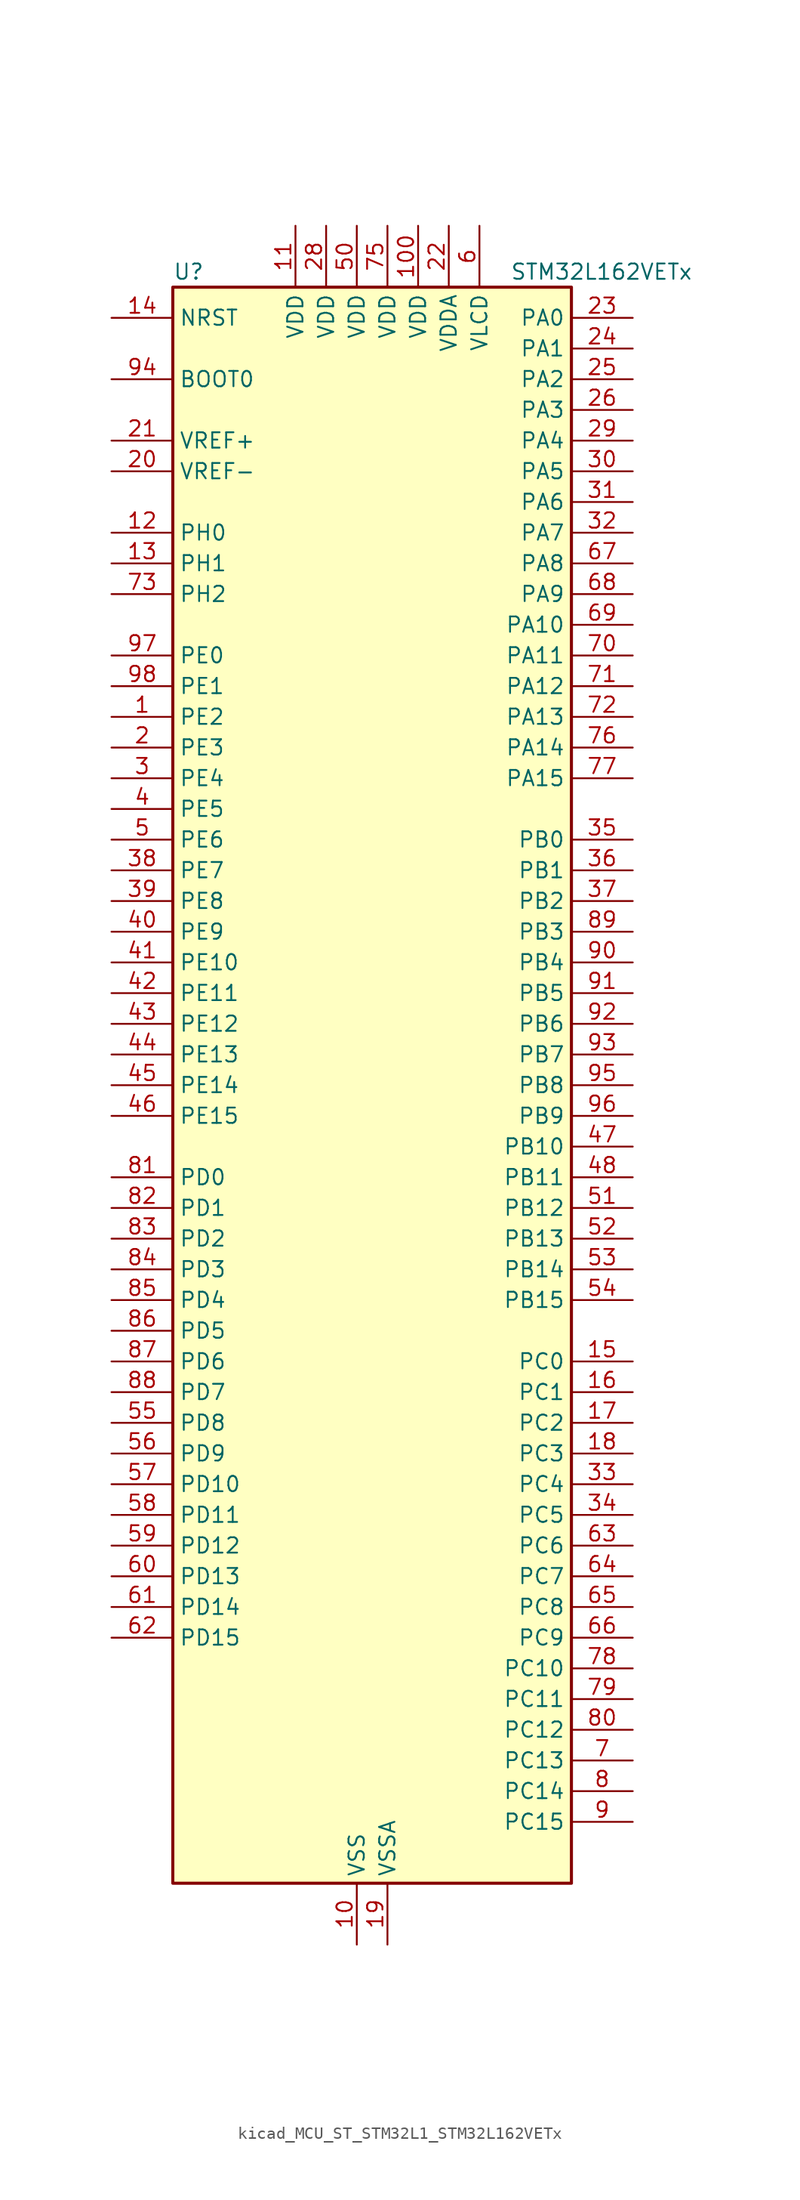
<source format=kicad_sym>
(kicad_symbol_lib
  (version 20220914)
  (generator kicad_symbol_editor)
  (symbol "kicad_MCU_ST_STM32L1_STM32L162VETx"
    (property "Reference" "U"
      (at -15.24 67.31 0)
      (effects (font (size 1.27 1.27)) (justify left)))
    (property "Value" "STM32L162VETx"
      (at 12.7 67.31 0)
      (effects (font (size 1.27 1.27)) (justify left)))
    (property "ki_locked" ""
      (at 0 0 0)
      (effects (font (size 1.27 1.27))))
    (symbol "kicad_MCU_ST_STM32L1_STM32L162VETx_0_1"
      (rectangle (start -15.24 -66.04) (end 17.78 66.04) (stroke (width 0.254) (type default)) (fill (type background))))
    (symbol "kicad_MCU_ST_STM32L1_STM32L162VETx_1_1"
      (pin bidirectional line (at -20.32 30.48 0) (length 5.08) (name "PE2" (effects (font (size 1.27 1.27)))) (number "1" (effects (font (size 1.27 1.27)))) (alternate "LCD_SEG38" bidirectional line) (alternate "SYS_TRACECK" bidirectional line) (alternate "TIM3_ETR" bidirectional line) (alternate "TIMX_IC3" bidirectional line))
      (pin power_in line (at 0 -71.12 90) (length 5.08) (name "VSS" (effects (font (size 1.27 1.27)))) (number "10" (effects (font (size 1.27 1.27)))))
      (pin power_in line (at 5.08 71.12 270) (length 5.08) (name "VDD" (effects (font (size 1.27 1.27)))) (number "100" (effects (font (size 1.27 1.27)))))
      (pin power_in line (at -5.08 71.12 270) (length 5.08) (name "VDD" (effects (font (size 1.27 1.27)))) (number "11" (effects (font (size 1.27 1.27)))))
      (pin bidirectional line (at -20.32 45.72 0) (length 5.08) (name "PH0" (effects (font (size 1.27 1.27)))) (number "12" (effects (font (size 1.27 1.27)))) (alternate "RCC_OSC_IN" bidirectional line))
      (pin bidirectional line (at -20.32 43.18 0) (length 5.08) (name "PH1" (effects (font (size 1.27 1.27)))) (number "13" (effects (font (size 1.27 1.27)))) (alternate "RCC_OSC_OUT" bidirectional line))
      (pin input line (at -20.32 63.5 0) (length 5.08) (name "NRST" (effects (font (size 1.27 1.27)))) (number "14" (effects (font (size 1.27 1.27)))))
      (pin bidirectional line (at 22.86 -22.86 180) (length 5.08) (name "PC0" (effects (font (size 1.27 1.27)))) (number "15" (effects (font (size 1.27 1.27)))) (alternate "ADC_IN10" bidirectional line) (alternate "COMP1_INP" bidirectional line) (alternate "LCD_SEG18" bidirectional line) (alternate "TIMX_IC1" bidirectional line) (alternate "TS_G8_IO1" bidirectional line))
      (pin bidirectional line (at 22.86 -25.4 180) (length 5.08) (name "PC1" (effects (font (size 1.27 1.27)))) (number "16" (effects (font (size 1.27 1.27)))) (alternate "ADC_IN11" bidirectional line) (alternate "COMP1_INP" bidirectional line) (alternate "LCD_SEG19" bidirectional line) (alternate "TIMX_IC2" bidirectional line) (alternate "TS_G8_IO2" bidirectional line))
      (pin bidirectional line (at 22.86 -27.94 180) (length 5.08) (name "PC2" (effects (font (size 1.27 1.27)))) (number "17" (effects (font (size 1.27 1.27)))) (alternate "ADC_IN12" bidirectional line) (alternate "COMP1_INP" bidirectional line) (alternate "LCD_SEG20" bidirectional line) (alternate "TIMX_IC3" bidirectional line) (alternate "TS_G8_IO3" bidirectional line))
      (pin bidirectional line (at 22.86 -30.48 180) (length 5.08) (name "PC3" (effects (font (size 1.27 1.27)))) (number "18" (effects (font (size 1.27 1.27)))) (alternate "ADC_IN13" bidirectional line) (alternate "COMP1_INP" bidirectional line) (alternate "LCD_SEG21" bidirectional line) (alternate "TIMX_IC4" bidirectional line) (alternate "TS_G8_IO4" bidirectional line))
      (pin power_in line (at 2.54 -71.12 90) (length 5.08) (name "VSSA" (effects (font (size 1.27 1.27)))) (number "19" (effects (font (size 1.27 1.27)))))
      (pin bidirectional line (at -20.32 27.94 0) (length 5.08) (name "PE3" (effects (font (size 1.27 1.27)))) (number "2" (effects (font (size 1.27 1.27)))) (alternate "LCD_SEG39" bidirectional line) (alternate "SYS_TRACED0" bidirectional line) (alternate "TIM3_CH1" bidirectional line) (alternate "TIMX_IC4" bidirectional line))
      (pin input line (at -20.32 50.8 0) (length 5.08) (name "VREF-" (effects (font (size 1.27 1.27)))) (number "20" (effects (font (size 1.27 1.27)))))
      (pin input line (at -20.32 53.34 0) (length 5.08) (name "VREF+" (effects (font (size 1.27 1.27)))) (number "21" (effects (font (size 1.27 1.27)))))
      (pin power_in line (at 7.62 71.12 270) (length 5.08) (name "VDDA" (effects (font (size 1.27 1.27)))) (number "22" (effects (font (size 1.27 1.27)))))
      (pin bidirectional line (at 22.86 63.5 180) (length 5.08) (name "PA0" (effects (font (size 1.27 1.27)))) (number "23" (effects (font (size 1.27 1.27)))) (alternate "ADC_IN0" bidirectional line) (alternate "COMP1_INP" bidirectional line) (alternate "RTC_TAMP2" bidirectional line) (alternate "SYS_WKUP1" bidirectional line) (alternate "TIM2_CH1" bidirectional line) (alternate "TIM2_ETR" bidirectional line) (alternate "TIM5_CH1" bidirectional line) (alternate "TIMX_IC1" bidirectional line) (alternate "TS_G1_IO1" bidirectional line) (alternate "USART2_CTS" bidirectional line))
      (pin bidirectional line (at 22.86 60.96 180) (length 5.08) (name "PA1" (effects (font (size 1.27 1.27)))) (number "24" (effects (font (size 1.27 1.27)))) (alternate "ADC_IN1" bidirectional line) (alternate "COMP1_INP" bidirectional line) (alternate "LCD_SEG0" bidirectional line) (alternate "OPAMP1_VINP" bidirectional line) (alternate "TIM2_CH2" bidirectional line) (alternate "TIM5_CH2" bidirectional line) (alternate "TIMX_IC2" bidirectional line) (alternate "TS_G1_IO2" bidirectional line) (alternate "USART2_RTS" bidirectional line))
      (pin bidirectional line (at 22.86 58.42 180) (length 5.08) (name "PA2" (effects (font (size 1.27 1.27)))) (number "25" (effects (font (size 1.27 1.27)))) (alternate "ADC_IN2" bidirectional line) (alternate "COMP1_INP" bidirectional line) (alternate "LCD_SEG1" bidirectional line) (alternate "OPAMP1_VINM" bidirectional line) (alternate "TIM2_CH3" bidirectional line) (alternate "TIM5_CH3" bidirectional line) (alternate "TIM9_CH1" bidirectional line) (alternate "TIMX_IC3" bidirectional line) (alternate "TS_G1_IO3" bidirectional line) (alternate "USART2_TX" bidirectional line))
      (pin bidirectional line (at 22.86 55.88 180) (length 5.08) (name "PA3" (effects (font (size 1.27 1.27)))) (number "26" (effects (font (size 1.27 1.27)))) (alternate "ADC_IN3" bidirectional line) (alternate "COMP1_INP" bidirectional line) (alternate "LCD_SEG2" bidirectional line) (alternate "OPAMP1_VOUT" bidirectional line) (alternate "TIM2_CH4" bidirectional line) (alternate "TIM5_CH4" bidirectional line) (alternate "TIM9_CH2" bidirectional line) (alternate "TIMX_IC4" bidirectional line) (alternate "TS_G1_IO4" bidirectional line) (alternate "USART2_RX" bidirectional line))
      (pin passive line (at 0 -71.12 90) (length 5.08) hide (name "VSS" (effects (font (size 1.27 1.27)))) (number "27" (effects (font (size 1.27 1.27)))))
      (pin power_in line (at -2.54 71.12 270) (length 5.08) (name "VDD" (effects (font (size 1.27 1.27)))) (number "28" (effects (font (size 1.27 1.27)))))
      (pin bidirectional line (at 22.86 53.34 180) (length 5.08) (name "PA4" (effects (font (size 1.27 1.27)))) (number "29" (effects (font (size 1.27 1.27)))) (alternate "ADC_IN4" bidirectional line) (alternate "COMP1_INP" bidirectional line) (alternate "DAC_OUT1" bidirectional line) (alternate "I2S3_WS" bidirectional line) (alternate "SPI1_NSS" bidirectional line) (alternate "SPI3_NSS" bidirectional line) (alternate "TIMX_IC1" bidirectional line) (alternate "USART2_CK" bidirectional line))
      (pin bidirectional line (at -20.32 25.4 0) (length 5.08) (name "PE4" (effects (font (size 1.27 1.27)))) (number "3" (effects (font (size 1.27 1.27)))) (alternate "SYS_TRACED1" bidirectional line) (alternate "TIM3_CH2" bidirectional line) (alternate "TIMX_IC1" bidirectional line))
      (pin bidirectional line (at 22.86 50.8 180) (length 5.08) (name "PA5" (effects (font (size 1.27 1.27)))) (number "30" (effects (font (size 1.27 1.27)))) (alternate "ADC_IN5" bidirectional line) (alternate "COMP1_INP" bidirectional line) (alternate "DAC_OUT2" bidirectional line) (alternate "SPI1_SCK" bidirectional line) (alternate "TIM2_CH1" bidirectional line) (alternate "TIM2_ETR" bidirectional line) (alternate "TIMX_IC2" bidirectional line))
      (pin bidirectional line (at 22.86 48.26 180) (length 5.08) (name "PA6" (effects (font (size 1.27 1.27)))) (number "31" (effects (font (size 1.27 1.27)))) (alternate "ADC_IN6" bidirectional line) (alternate "COMP1_INP" bidirectional line) (alternate "LCD_SEG3" bidirectional line) (alternate "OPAMP2_VINP" bidirectional line) (alternate "SPI1_MISO" bidirectional line) (alternate "TIM10_CH1" bidirectional line) (alternate "TIM3_CH1" bidirectional line) (alternate "TIMX_IC3" bidirectional line) (alternate "TS_G2_IO1" bidirectional line))
      (pin bidirectional line (at 22.86 45.72 180) (length 5.08) (name "PA7" (effects (font (size 1.27 1.27)))) (number "32" (effects (font (size 1.27 1.27)))) (alternate "ADC_IN7" bidirectional line) (alternate "COMP1_INP" bidirectional line) (alternate "LCD_SEG4" bidirectional line) (alternate "OPAMP2_VINM" bidirectional line) (alternate "SPI1_MOSI" bidirectional line) (alternate "TIM11_CH1" bidirectional line) (alternate "TIM3_CH2" bidirectional line) (alternate "TIMX_IC4" bidirectional line) (alternate "TS_G2_IO2" bidirectional line))
      (pin bidirectional line (at 22.86 -33.02 180) (length 5.08) (name "PC4" (effects (font (size 1.27 1.27)))) (number "33" (effects (font (size 1.27 1.27)))) (alternate "ADC_IN14" bidirectional line) (alternate "COMP1_INP" bidirectional line) (alternate "LCD_SEG22" bidirectional line) (alternate "TIMX_IC1" bidirectional line) (alternate "TS_G9_IO1" bidirectional line))
      (pin bidirectional line (at 22.86 -35.56 180) (length 5.08) (name "PC5" (effects (font (size 1.27 1.27)))) (number "34" (effects (font (size 1.27 1.27)))) (alternate "ADC_IN15" bidirectional line) (alternate "COMP1_INP" bidirectional line) (alternate "LCD_SEG23" bidirectional line) (alternate "TIMX_IC2" bidirectional line) (alternate "TS_G9_IO2" bidirectional line))
      (pin bidirectional line (at 22.86 20.32 180) (length 5.08) (name "PB0" (effects (font (size 1.27 1.27)))) (number "35" (effects (font (size 1.27 1.27)))) (alternate "ADC_IN8" bidirectional line) (alternate "COMP1_INP" bidirectional line) (alternate "LCD_SEG5" bidirectional line) (alternate "OPAMP2_VOUT" bidirectional line) (alternate "SYS_V_REF_OUT" bidirectional line) (alternate "TIM3_CH3" bidirectional line) (alternate "TS_G3_IO1" bidirectional line))
      (pin bidirectional line (at 22.86 17.78 180) (length 5.08) (name "PB1" (effects (font (size 1.27 1.27)))) (number "36" (effects (font (size 1.27 1.27)))) (alternate "ADC_IN9" bidirectional line) (alternate "COMP1_INP" bidirectional line) (alternate "LCD_SEG6" bidirectional line) (alternate "SYS_V_REF_OUT" bidirectional line) (alternate "TIM3_CH4" bidirectional line) (alternate "TS_G3_IO2" bidirectional line))
      (pin bidirectional line (at 22.86 15.24 180) (length 5.08) (name "PB2" (effects (font (size 1.27 1.27)))) (number "37" (effects (font (size 1.27 1.27)))) (alternate "ADC_IN0b" bidirectional line) (alternate "TS_G3_IO3" bidirectional line))
      (pin bidirectional line (at -20.32 17.78 0) (length 5.08) (name "PE7" (effects (font (size 1.27 1.27)))) (number "38" (effects (font (size 1.27 1.27)))) (alternate "ADC_IN22" bidirectional line) (alternate "COMP1_INP" bidirectional line) (alternate "TIMX_IC4" bidirectional line))
      (pin bidirectional line (at -20.32 15.24 0) (length 5.08) (name "PE8" (effects (font (size 1.27 1.27)))) (number "39" (effects (font (size 1.27 1.27)))) (alternate "ADC_IN23" bidirectional line) (alternate "COMP1_INP" bidirectional line) (alternate "TIMX_IC1" bidirectional line))
      (pin bidirectional line (at -20.32 22.86 0) (length 5.08) (name "PE5" (effects (font (size 1.27 1.27)))) (number "4" (effects (font (size 1.27 1.27)))) (alternate "SYS_TRACED2" bidirectional line) (alternate "TIM9_CH1" bidirectional line) (alternate "TIMX_IC2" bidirectional line))
      (pin bidirectional line (at -20.32 12.7 0) (length 5.08) (name "PE9" (effects (font (size 1.27 1.27)))) (number "40" (effects (font (size 1.27 1.27)))) (alternate "ADC_IN24" bidirectional line) (alternate "COMP1_INP" bidirectional line) (alternate "DAC_EXTI9" bidirectional line) (alternate "TIM2_CH1" bidirectional line) (alternate "TIM2_ETR" bidirectional line) (alternate "TIMX_IC2" bidirectional line))
      (pin bidirectional line (at -20.32 10.16 0) (length 5.08) (name "PE10" (effects (font (size 1.27 1.27)))) (number "41" (effects (font (size 1.27 1.27)))) (alternate "ADC_IN25" bidirectional line) (alternate "COMP1_INP" bidirectional line) (alternate "TIM2_CH2" bidirectional line) (alternate "TIMX_IC3" bidirectional line))
      (pin bidirectional line (at -20.32 7.62 0) (length 5.08) (name "PE11" (effects (font (size 1.27 1.27)))) (number "42" (effects (font (size 1.27 1.27)))) (alternate "ADC_EXTI11" bidirectional line) (alternate "TIM2_CH3" bidirectional line) (alternate "TIMX_IC4" bidirectional line))
      (pin bidirectional line (at -20.32 5.08 0) (length 5.08) (name "PE12" (effects (font (size 1.27 1.27)))) (number "43" (effects (font (size 1.27 1.27)))) (alternate "SPI1_NSS" bidirectional line) (alternate "TIM2_CH4" bidirectional line) (alternate "TIMX_IC1" bidirectional line))
      (pin bidirectional line (at -20.32 2.54 0) (length 5.08) (name "PE13" (effects (font (size 1.27 1.27)))) (number "44" (effects (font (size 1.27 1.27)))) (alternate "SPI1_SCK" bidirectional line) (alternate "TIMX_IC2" bidirectional line))
      (pin bidirectional line (at -20.32 0 0) (length 5.08) (name "PE14" (effects (font (size 1.27 1.27)))) (number "45" (effects (font (size 1.27 1.27)))) (alternate "SPI1_MISO" bidirectional line) (alternate "TIMX_IC3" bidirectional line))
      (pin bidirectional line (at -20.32 -2.54 0) (length 5.08) (name "PE15" (effects (font (size 1.27 1.27)))) (number "46" (effects (font (size 1.27 1.27)))) (alternate "ADC_EXTI15" bidirectional line) (alternate "SPI1_MOSI" bidirectional line) (alternate "TIMX_IC4" bidirectional line))
      (pin bidirectional line (at 22.86 -5.08 180) (length 5.08) (name "PB10" (effects (font (size 1.27 1.27)))) (number "47" (effects (font (size 1.27 1.27)))) (alternate "I2C2_SCL" bidirectional line) (alternate "LCD_SEG10" bidirectional line) (alternate "TIM2_CH3" bidirectional line) (alternate "USART3_TX" bidirectional line))
      (pin bidirectional line (at 22.86 -7.62 180) (length 5.08) (name "PB11" (effects (font (size 1.27 1.27)))) (number "48" (effects (font (size 1.27 1.27)))) (alternate "ADC_EXTI11" bidirectional line) (alternate "I2C2_SDA" bidirectional line) (alternate "LCD_SEG11" bidirectional line) (alternate "TIM2_CH4" bidirectional line) (alternate "USART3_RX" bidirectional line))
      (pin passive line (at 0 -71.12 90) (length 5.08) hide (name "VSS" (effects (font (size 1.27 1.27)))) (number "49" (effects (font (size 1.27 1.27)))))
      (pin bidirectional line (at -20.32 20.32 0) (length 5.08) (name "PE6" (effects (font (size 1.27 1.27)))) (number "5" (effects (font (size 1.27 1.27)))) (alternate "RTC_TAMP3" bidirectional line) (alternate "SYS_TRACED3" bidirectional line) (alternate "SYS_WKUP3" bidirectional line) (alternate "TIM9_CH2" bidirectional line) (alternate "TIMX_IC3" bidirectional line))
      (pin power_in line (at 0 71.12 270) (length 5.08) (name "VDD" (effects (font (size 1.27 1.27)))) (number "50" (effects (font (size 1.27 1.27)))))
      (pin bidirectional line (at 22.86 -10.16 180) (length 5.08) (name "PB12" (effects (font (size 1.27 1.27)))) (number "51" (effects (font (size 1.27 1.27)))) (alternate "ADC_IN18" bidirectional line) (alternate "COMP1_INP" bidirectional line) (alternate "I2C2_SMBA" bidirectional line) (alternate "I2S2_WS" bidirectional line) (alternate "LCD_SEG12" bidirectional line) (alternate "SPI2_NSS" bidirectional line) (alternate "TIM10_CH1" bidirectional line) (alternate "TS_G7_IO1" bidirectional line) (alternate "USART3_CK" bidirectional line))
      (pin bidirectional line (at 22.86 -12.7 180) (length 5.08) (name "PB13" (effects (font (size 1.27 1.27)))) (number "52" (effects (font (size 1.27 1.27)))) (alternate "ADC_IN19" bidirectional line) (alternate "COMP1_INP" bidirectional line) (alternate "I2S2_CK" bidirectional line) (alternate "LCD_SEG13" bidirectional line) (alternate "SPI2_SCK" bidirectional line) (alternate "TIM9_CH1" bidirectional line) (alternate "TS_G7_IO2" bidirectional line) (alternate "USART3_CTS" bidirectional line))
      (pin bidirectional line (at 22.86 -15.24 180) (length 5.08) (name "PB14" (effects (font (size 1.27 1.27)))) (number "53" (effects (font (size 1.27 1.27)))) (alternate "ADC_IN20" bidirectional line) (alternate "COMP1_INP" bidirectional line) (alternate "LCD_SEG14" bidirectional line) (alternate "SPI2_MISO" bidirectional line) (alternate "TIM9_CH2" bidirectional line) (alternate "TS_G7_IO3" bidirectional line) (alternate "USART3_RTS" bidirectional line))
      (pin bidirectional line (at 22.86 -17.78 180) (length 5.08) (name "PB15" (effects (font (size 1.27 1.27)))) (number "54" (effects (font (size 1.27 1.27)))) (alternate "ADC_EXTI15" bidirectional line) (alternate "ADC_IN21" bidirectional line) (alternate "COMP1_INP" bidirectional line) (alternate "I2S2_SD" bidirectional line) (alternate "LCD_SEG15" bidirectional line) (alternate "RTC_REFIN" bidirectional line) (alternate "SPI2_MOSI" bidirectional line) (alternate "TIM11_CH1" bidirectional line) (alternate "TS_G7_IO4" bidirectional line))
      (pin bidirectional line (at -20.32 -27.94 0) (length 5.08) (name "PD8" (effects (font (size 1.27 1.27)))) (number "55" (effects (font (size 1.27 1.27)))) (alternate "LCD_SEG28" bidirectional line) (alternate "TIMX_IC1" bidirectional line) (alternate "USART3_TX" bidirectional line))
      (pin bidirectional line (at -20.32 -30.48 0) (length 5.08) (name "PD9" (effects (font (size 1.27 1.27)))) (number "56" (effects (font (size 1.27 1.27)))) (alternate "DAC_EXTI9" bidirectional line) (alternate "LCD_SEG29" bidirectional line) (alternate "TIMX_IC2" bidirectional line) (alternate "USART3_RX" bidirectional line))
      (pin bidirectional line (at -20.32 -33.02 0) (length 5.08) (name "PD10" (effects (font (size 1.27 1.27)))) (number "57" (effects (font (size 1.27 1.27)))) (alternate "LCD_SEG30" bidirectional line) (alternate "TIMX_IC3" bidirectional line) (alternate "USART3_CK" bidirectional line))
      (pin bidirectional line (at -20.32 -35.56 0) (length 5.08) (name "PD11" (effects (font (size 1.27 1.27)))) (number "58" (effects (font (size 1.27 1.27)))) (alternate "ADC_EXTI11" bidirectional line) (alternate "LCD_SEG31" bidirectional line) (alternate "TIMX_IC4" bidirectional line) (alternate "USART3_CTS" bidirectional line))
      (pin bidirectional line (at -20.32 -38.1 0) (length 5.08) (name "PD12" (effects (font (size 1.27 1.27)))) (number "59" (effects (font (size 1.27 1.27)))) (alternate "LCD_SEG32" bidirectional line) (alternate "TIM4_CH1" bidirectional line) (alternate "TIMX_IC1" bidirectional line) (alternate "USART3_RTS" bidirectional line))
      (pin power_in line (at 10.16 71.12 270) (length 5.08) (name "VLCD" (effects (font (size 1.27 1.27)))) (number "6" (effects (font (size 1.27 1.27)))))
      (pin bidirectional line (at -20.32 -40.64 0) (length 5.08) (name "PD13" (effects (font (size 1.27 1.27)))) (number "60" (effects (font (size 1.27 1.27)))) (alternate "LCD_SEG33" bidirectional line) (alternate "TIM4_CH2" bidirectional line) (alternate "TIMX_IC2" bidirectional line))
      (pin bidirectional line (at -20.32 -43.18 0) (length 5.08) (name "PD14" (effects (font (size 1.27 1.27)))) (number "61" (effects (font (size 1.27 1.27)))) (alternate "LCD_SEG34" bidirectional line) (alternate "TIM4_CH3" bidirectional line) (alternate "TIMX_IC3" bidirectional line))
      (pin bidirectional line (at -20.32 -45.72 0) (length 5.08) (name "PD15" (effects (font (size 1.27 1.27)))) (number "62" (effects (font (size 1.27 1.27)))) (alternate "ADC_EXTI15" bidirectional line) (alternate "LCD_SEG35" bidirectional line) (alternate "TIM4_CH4" bidirectional line) (alternate "TIMX_IC4" bidirectional line))
      (pin bidirectional line (at 22.86 -38.1 180) (length 5.08) (name "PC6" (effects (font (size 1.27 1.27)))) (number "63" (effects (font (size 1.27 1.27)))) (alternate "I2S2_MCK" bidirectional line) (alternate "LCD_SEG24" bidirectional line) (alternate "TIM3_CH1" bidirectional line) (alternate "TIMX_IC3" bidirectional line) (alternate "TS_G10_IO1" bidirectional line))
      (pin bidirectional line (at 22.86 -40.64 180) (length 5.08) (name "PC7" (effects (font (size 1.27 1.27)))) (number "64" (effects (font (size 1.27 1.27)))) (alternate "I2S3_MCK" bidirectional line) (alternate "LCD_SEG25" bidirectional line) (alternate "TIM3_CH2" bidirectional line) (alternate "TIMX_IC4" bidirectional line) (alternate "TS_G10_IO2" bidirectional line))
      (pin bidirectional line (at 22.86 -43.18 180) (length 5.08) (name "PC8" (effects (font (size 1.27 1.27)))) (number "65" (effects (font (size 1.27 1.27)))) (alternate "LCD_SEG26" bidirectional line) (alternate "TIM3_CH3" bidirectional line) (alternate "TIMX_IC1" bidirectional line) (alternate "TS_G10_IO3" bidirectional line))
      (pin bidirectional line (at 22.86 -45.72 180) (length 5.08) (name "PC9" (effects (font (size 1.27 1.27)))) (number "66" (effects (font (size 1.27 1.27)))) (alternate "DAC_EXTI9" bidirectional line) (alternate "LCD_SEG27" bidirectional line) (alternate "TIM3_CH4" bidirectional line) (alternate "TIMX_IC2" bidirectional line) (alternate "TS_G10_IO4" bidirectional line))
      (pin bidirectional line (at 22.86 43.18 180) (length 5.08) (name "PA8" (effects (font (size 1.27 1.27)))) (number "67" (effects (font (size 1.27 1.27)))) (alternate "LCD_COM0" bidirectional line) (alternate "RCC_MCO" bidirectional line) (alternate "TIMX_IC1" bidirectional line) (alternate "TS_G4_IO1" bidirectional line) (alternate "USART1_CK" bidirectional line))
      (pin bidirectional line (at 22.86 40.64 180) (length 5.08) (name "PA9" (effects (font (size 1.27 1.27)))) (number "68" (effects (font (size 1.27 1.27)))) (alternate "DAC_EXTI9" bidirectional line) (alternate "LCD_COM1" bidirectional line) (alternate "TIMX_IC2" bidirectional line) (alternate "TS_G4_IO2" bidirectional line) (alternate "USART1_TX" bidirectional line))
      (pin bidirectional line (at 22.86 38.1 180) (length 5.08) (name "PA10" (effects (font (size 1.27 1.27)))) (number "69" (effects (font (size 1.27 1.27)))) (alternate "LCD_COM2" bidirectional line) (alternate "TIMX_IC3" bidirectional line) (alternate "TS_G4_IO3" bidirectional line) (alternate "USART1_RX" bidirectional line))
      (pin bidirectional line (at 22.86 -55.88 180) (length 5.08) (name "PC13" (effects (font (size 1.27 1.27)))) (number "7" (effects (font (size 1.27 1.27)))) (alternate "RTC_OUT_ALARM" bidirectional line) (alternate "RTC_OUT_CALIB" bidirectional line) (alternate "RTC_TAMP1" bidirectional line) (alternate "RTC_TS" bidirectional line) (alternate "SYS_WKUP2" bidirectional line) (alternate "TIMX_IC2" bidirectional line))
      (pin bidirectional line (at 22.86 35.56 180) (length 5.08) (name "PA11" (effects (font (size 1.27 1.27)))) (number "70" (effects (font (size 1.27 1.27)))) (alternate "ADC_EXTI11" bidirectional line) (alternate "SPI1_MISO" bidirectional line) (alternate "TIMX_IC4" bidirectional line) (alternate "USART1_CTS" bidirectional line) (alternate "USB_DM" bidirectional line))
      (pin bidirectional line (at 22.86 33.02 180) (length 5.08) (name "PA12" (effects (font (size 1.27 1.27)))) (number "71" (effects (font (size 1.27 1.27)))) (alternate "SPI1_MOSI" bidirectional line) (alternate "TIMX_IC1" bidirectional line) (alternate "USART1_RTS" bidirectional line) (alternate "USB_DP" bidirectional line))
      (pin bidirectional line (at 22.86 30.48 180) (length 5.08) (name "PA13" (effects (font (size 1.27 1.27)))) (number "72" (effects (font (size 1.27 1.27)))) (alternate "SYS_JTMS-SWDIO" bidirectional line) (alternate "TIMX_IC2" bidirectional line) (alternate "TS_G5_IO1" bidirectional line))
      (pin bidirectional line (at -20.32 40.64 0) (length 5.08) (name "PH2" (effects (font (size 1.27 1.27)))) (number "73" (effects (font (size 1.27 1.27)))))
      (pin passive line (at 0 -71.12 90) (length 5.08) hide (name "VSS" (effects (font (size 1.27 1.27)))) (number "74" (effects (font (size 1.27 1.27)))))
      (pin power_in line (at 2.54 71.12 270) (length 5.08) (name "VDD" (effects (font (size 1.27 1.27)))) (number "75" (effects (font (size 1.27 1.27)))))
      (pin bidirectional line (at 22.86 27.94 180) (length 5.08) (name "PA14" (effects (font (size 1.27 1.27)))) (number "76" (effects (font (size 1.27 1.27)))) (alternate "SYS_JTCK-SWCLK" bidirectional line) (alternate "TIMX_IC3" bidirectional line) (alternate "TS_G5_IO2" bidirectional line))
      (pin bidirectional line (at 22.86 25.4 180) (length 5.08) (name "PA15" (effects (font (size 1.27 1.27)))) (number "77" (effects (font (size 1.27 1.27)))) (alternate "ADC_EXTI15" bidirectional line) (alternate "I2S3_WS" bidirectional line) (alternate "LCD_SEG17" bidirectional line) (alternate "SPI1_NSS" bidirectional line) (alternate "SPI3_NSS" bidirectional line) (alternate "SYS_JTDI" bidirectional line) (alternate "TIM2_CH1" bidirectional line) (alternate "TIM2_ETR" bidirectional line) (alternate "TIMX_IC4" bidirectional line) (alternate "TS_G5_IO3" bidirectional line))
      (pin bidirectional line (at 22.86 -48.26 180) (length 5.08) (name "PC10" (effects (font (size 1.27 1.27)))) (number "78" (effects (font (size 1.27 1.27)))) (alternate "I2S3_CK" bidirectional line) (alternate "LCD_COM4" bidirectional line) (alternate "LCD_SEG28" bidirectional line) (alternate "LCD_SEG40" bidirectional line) (alternate "SPI3_SCK" bidirectional line) (alternate "TIMX_IC3" bidirectional line) (alternate "UART4_TX" bidirectional line) (alternate "USART3_TX" bidirectional line))
      (pin bidirectional line (at 22.86 -50.8 180) (length 5.08) (name "PC11" (effects (font (size 1.27 1.27)))) (number "79" (effects (font (size 1.27 1.27)))) (alternate "ADC_EXTI11" bidirectional line) (alternate "LCD_COM5" bidirectional line) (alternate "LCD_SEG29" bidirectional line) (alternate "LCD_SEG41" bidirectional line) (alternate "SPI3_MISO" bidirectional line) (alternate "TIMX_IC4" bidirectional line) (alternate "UART4_RX" bidirectional line) (alternate "USART3_RX" bidirectional line))
      (pin bidirectional line (at 22.86 -58.42 180) (length 5.08) (name "PC14" (effects (font (size 1.27 1.27)))) (number "8" (effects (font (size 1.27 1.27)))) (alternate "RCC_OSC32_IN" bidirectional line) (alternate "TIMX_IC3" bidirectional line))
      (pin bidirectional line (at 22.86 -53.34 180) (length 5.08) (name "PC12" (effects (font (size 1.27 1.27)))) (number "80" (effects (font (size 1.27 1.27)))) (alternate "I2S3_SD" bidirectional line) (alternate "LCD_COM6" bidirectional line) (alternate "LCD_SEG30" bidirectional line) (alternate "LCD_SEG42" bidirectional line) (alternate "SPI3_MOSI" bidirectional line) (alternate "TIMX_IC1" bidirectional line) (alternate "UART5_TX" bidirectional line) (alternate "USART3_CK" bidirectional line))
      (pin bidirectional line (at -20.32 -7.62 0) (length 5.08) (name "PD0" (effects (font (size 1.27 1.27)))) (number "81" (effects (font (size 1.27 1.27)))) (alternate "I2S2_WS" bidirectional line) (alternate "SPI2_NSS" bidirectional line) (alternate "TIM9_CH1" bidirectional line) (alternate "TIMX_IC1" bidirectional line))
      (pin bidirectional line (at -20.32 -10.16 0) (length 5.08) (name "PD1" (effects (font (size 1.27 1.27)))) (number "82" (effects (font (size 1.27 1.27)))) (alternate "I2S2_CK" bidirectional line) (alternate "SPI2_SCK" bidirectional line) (alternate "TIMX_IC2" bidirectional line))
      (pin bidirectional line (at -20.32 -12.7 0) (length 5.08) (name "PD2" (effects (font (size 1.27 1.27)))) (number "83" (effects (font (size 1.27 1.27)))) (alternate "LCD_COM7" bidirectional line) (alternate "LCD_SEG31" bidirectional line) (alternate "LCD_SEG43" bidirectional line) (alternate "TIM3_ETR" bidirectional line) (alternate "TIMX_IC3" bidirectional line) (alternate "UART5_RX" bidirectional line))
      (pin bidirectional line (at -20.32 -15.24 0) (length 5.08) (name "PD3" (effects (font (size 1.27 1.27)))) (number "84" (effects (font (size 1.27 1.27)))) (alternate "SPI2_MISO" bidirectional line) (alternate "TIMX_IC4" bidirectional line) (alternate "USART2_CTS" bidirectional line))
      (pin bidirectional line (at -20.32 -17.78 0) (length 5.08) (name "PD4" (effects (font (size 1.27 1.27)))) (number "85" (effects (font (size 1.27 1.27)))) (alternate "I2S2_SD" bidirectional line) (alternate "SPI2_MOSI" bidirectional line) (alternate "TIMX_IC1" bidirectional line) (alternate "USART2_RTS" bidirectional line))
      (pin bidirectional line (at -20.32 -20.32 0) (length 5.08) (name "PD5" (effects (font (size 1.27 1.27)))) (number "86" (effects (font (size 1.27 1.27)))) (alternate "TIMX_IC2" bidirectional line) (alternate "USART2_TX" bidirectional line))
      (pin bidirectional line (at -20.32 -22.86 0) (length 5.08) (name "PD6" (effects (font (size 1.27 1.27)))) (number "87" (effects (font (size 1.27 1.27)))) (alternate "TIMX_IC3" bidirectional line) (alternate "USART2_RX" bidirectional line))
      (pin bidirectional line (at -20.32 -25.4 0) (length 5.08) (name "PD7" (effects (font (size 1.27 1.27)))) (number "88" (effects (font (size 1.27 1.27)))) (alternate "TIM9_CH2" bidirectional line) (alternate "TIMX_IC4" bidirectional line) (alternate "USART2_CK" bidirectional line))
      (pin bidirectional line (at 22.86 12.7 180) (length 5.08) (name "PB3" (effects (font (size 1.27 1.27)))) (number "89" (effects (font (size 1.27 1.27)))) (alternate "COMP2_INM" bidirectional line) (alternate "I2S3_CK" bidirectional line) (alternate "LCD_SEG7" bidirectional line) (alternate "SPI1_SCK" bidirectional line) (alternate "SPI3_SCK" bidirectional line) (alternate "SYS_JTDO-TRACESWO" bidirectional line) (alternate "TIM2_CH2" bidirectional line))
      (pin bidirectional line (at 22.86 -60.96 180) (length 5.08) (name "PC15" (effects (font (size 1.27 1.27)))) (number "9" (effects (font (size 1.27 1.27)))) (alternate "ADC_EXTI15" bidirectional line) (alternate "RCC_OSC32_OUT" bidirectional line) (alternate "TIMX_IC4" bidirectional line))
      (pin bidirectional line (at 22.86 10.16 180) (length 5.08) (name "PB4" (effects (font (size 1.27 1.27)))) (number "90" (effects (font (size 1.27 1.27)))) (alternate "COMP2_INP" bidirectional line) (alternate "LCD_SEG8" bidirectional line) (alternate "SPI1_MISO" bidirectional line) (alternate "SPI3_MISO" bidirectional line) (alternate "SYS_JTRST" bidirectional line) (alternate "TIM3_CH1" bidirectional line) (alternate "TS_G6_IO1" bidirectional line))
      (pin bidirectional line (at 22.86 7.62 180) (length 5.08) (name "PB5" (effects (font (size 1.27 1.27)))) (number "91" (effects (font (size 1.27 1.27)))) (alternate "COMP2_INP" bidirectional line) (alternate "I2C1_SMBA" bidirectional line) (alternate "I2S3_SD" bidirectional line) (alternate "LCD_SEG9" bidirectional line) (alternate "SPI1_MOSI" bidirectional line) (alternate "SPI3_MOSI" bidirectional line) (alternate "TIM3_CH2" bidirectional line) (alternate "TS_G6_IO2" bidirectional line))
      (pin bidirectional line (at 22.86 5.08 180) (length 5.08) (name "PB6" (effects (font (size 1.27 1.27)))) (number "92" (effects (font (size 1.27 1.27)))) (alternate "COMP2_INP" bidirectional line) (alternate "I2C1_SCL" bidirectional line) (alternate "TIM4_CH1" bidirectional line) (alternate "TS_G6_IO3" bidirectional line) (alternate "USART1_TX" bidirectional line))
      (pin bidirectional line (at 22.86 2.54 180) (length 5.08) (name "PB7" (effects (font (size 1.27 1.27)))) (number "93" (effects (font (size 1.27 1.27)))) (alternate "COMP2_INP" bidirectional line) (alternate "I2C1_SDA" bidirectional line) (alternate "SYS_PVD_IN" bidirectional line) (alternate "TIM4_CH2" bidirectional line) (alternate "TS_G6_IO4" bidirectional line) (alternate "USART1_RX" bidirectional line))
      (pin input line (at -20.32 58.42 0) (length 5.08) (name "BOOT0" (effects (font (size 1.27 1.27)))) (number "94" (effects (font (size 1.27 1.27)))))
      (pin bidirectional line (at 22.86 0 180) (length 5.08) (name "PB8" (effects (font (size 1.27 1.27)))) (number "95" (effects (font (size 1.27 1.27)))) (alternate "I2C1_SCL" bidirectional line) (alternate "LCD_SEG16" bidirectional line) (alternate "TIM10_CH1" bidirectional line) (alternate "TIM4_CH3" bidirectional line))
      (pin bidirectional line (at 22.86 -2.54 180) (length 5.08) (name "PB9" (effects (font (size 1.27 1.27)))) (number "96" (effects (font (size 1.27 1.27)))) (alternate "DAC_EXTI9" bidirectional line) (alternate "I2C1_SDA" bidirectional line) (alternate "LCD_COM3" bidirectional line) (alternate "TIM11_CH1" bidirectional line) (alternate "TIM4_CH4" bidirectional line))
      (pin bidirectional line (at -20.32 35.56 0) (length 5.08) (name "PE0" (effects (font (size 1.27 1.27)))) (number "97" (effects (font (size 1.27 1.27)))) (alternate "LCD_SEG36" bidirectional line) (alternate "TIM10_CH1" bidirectional line) (alternate "TIM4_ETR" bidirectional line) (alternate "TIMX_IC1" bidirectional line))
      (pin bidirectional line (at -20.32 33.02 0) (length 5.08) (name "PE1" (effects (font (size 1.27 1.27)))) (number "98" (effects (font (size 1.27 1.27)))) (alternate "LCD_SEG37" bidirectional line) (alternate "TIM11_CH1" bidirectional line) (alternate "TIMX_IC2" bidirectional line))
      (pin passive line (at 0 -71.12 90) (length 5.08) hide (name "VSS" (effects (font (size 1.27 1.27)))) (number "99" (effects (font (size 1.27 1.27))))))))
</source>
